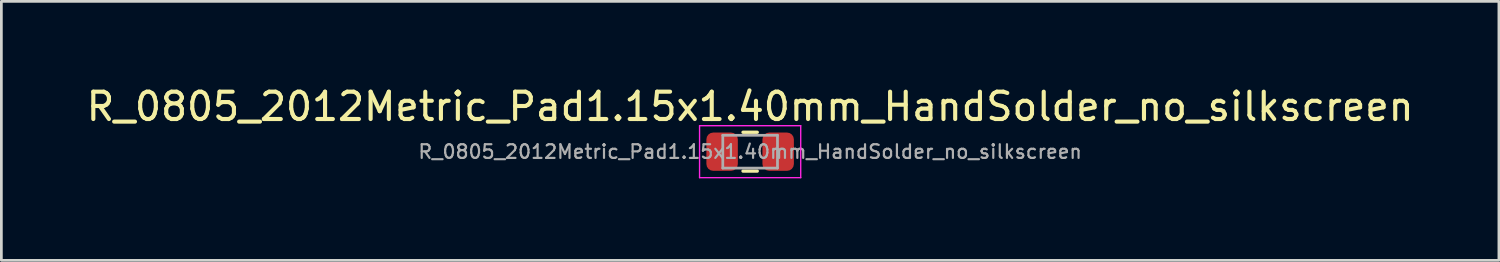
<source format=kicad_pcb>
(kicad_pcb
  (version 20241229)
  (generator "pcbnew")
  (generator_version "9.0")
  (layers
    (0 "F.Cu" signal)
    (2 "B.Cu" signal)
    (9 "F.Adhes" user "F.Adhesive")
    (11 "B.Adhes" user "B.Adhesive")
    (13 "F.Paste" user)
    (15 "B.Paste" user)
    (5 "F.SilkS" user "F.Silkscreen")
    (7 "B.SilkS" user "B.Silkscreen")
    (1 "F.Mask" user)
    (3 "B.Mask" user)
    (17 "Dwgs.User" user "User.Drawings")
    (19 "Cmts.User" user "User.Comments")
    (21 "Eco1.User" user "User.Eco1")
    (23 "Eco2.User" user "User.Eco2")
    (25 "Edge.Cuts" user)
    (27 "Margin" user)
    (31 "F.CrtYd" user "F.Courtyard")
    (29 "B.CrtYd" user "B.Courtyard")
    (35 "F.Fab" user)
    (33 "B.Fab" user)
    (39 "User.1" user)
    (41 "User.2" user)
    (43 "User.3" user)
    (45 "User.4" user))
  (footprint "R_0805_2012Metric_Pad1.15x1.40mm_HandSolder_no_silkscreen"
    (layer "F.Cu")
    (at 24.387 2.498)
    (property "Reference" "R_0805_2012Metric_Pad1.15x1.40mm_HandSolder_no_silkscreen" (at 0 -1.65 0) (layer "F.SilkS") (effects (font (size 1 1) (thickness 0.15))))
    (attr smd)
    (fp_line (start -0.261 -0.71) (end 0.261 -0.71) (stroke (width 0.12) (type solid)) (layer "F.SilkS"))
    (fp_line (start -0.261 0.71) (end 0.261 0.71) (stroke (width 0.12) (type solid)) (layer "F.SilkS"))
    (fp_line (start -1.85 -0.95) (end 1.85 -0.95) (stroke (width 0.05) (type solid)) (layer "F.CrtYd"))
    (fp_line (start -1.85 0.95) (end -1.85 -0.95) (stroke (width 0.05) (type solid)) (layer "F.CrtYd"))
    (fp_line (start 1.85 -0.95) (end 1.85 0.95) (stroke (width 0.05) (type solid)) (layer "F.CrtYd"))
    (fp_line (start 1.85 0.95) (end -1.85 0.95) (stroke (width 0.05) (type solid)) (layer "F.CrtYd"))
    (fp_line (start -1 -0.6) (end 1 -0.6) (stroke (width 0.1) (type solid)) (layer "F.Fab"))
    (fp_line (start -1 0.6) (end -1 -0.6) (stroke (width 0.1) (type solid)) (layer "F.Fab"))
    (fp_line (start 1 -0.6) (end 1 0.6) (stroke (width 0.1) (type solid)) (layer "F.Fab"))
    (fp_line (start 1 0.6) (end -1 0.6) (stroke (width 0.1) (type solid)) (layer "F.Fab"))
    (fp_text user "${REFERENCE}" (at 0 0 0) (layer "F.Fab") (effects (font (size 0.5 0.5) (thickness 0.08))))
    (pad "1" smd roundrect (at -1.025 0) (size 1.15 1.4) (layers "F.Cu" "F.Mask" "F.Paste") (roundrect_rratio 0.217))
    (pad "2" smd roundrect (at 1.025 0) (size 1.15 1.4) (layers "F.Cu" "F.Mask" "F.Paste") (roundrect_rratio 0.217)))
  (gr_rect
    (start -3 -3)
    (end 51.774 6.473)
    (stroke (width 0.1) (type default))
    (fill no)
    (layer "Edge.Cuts")))
</source>
